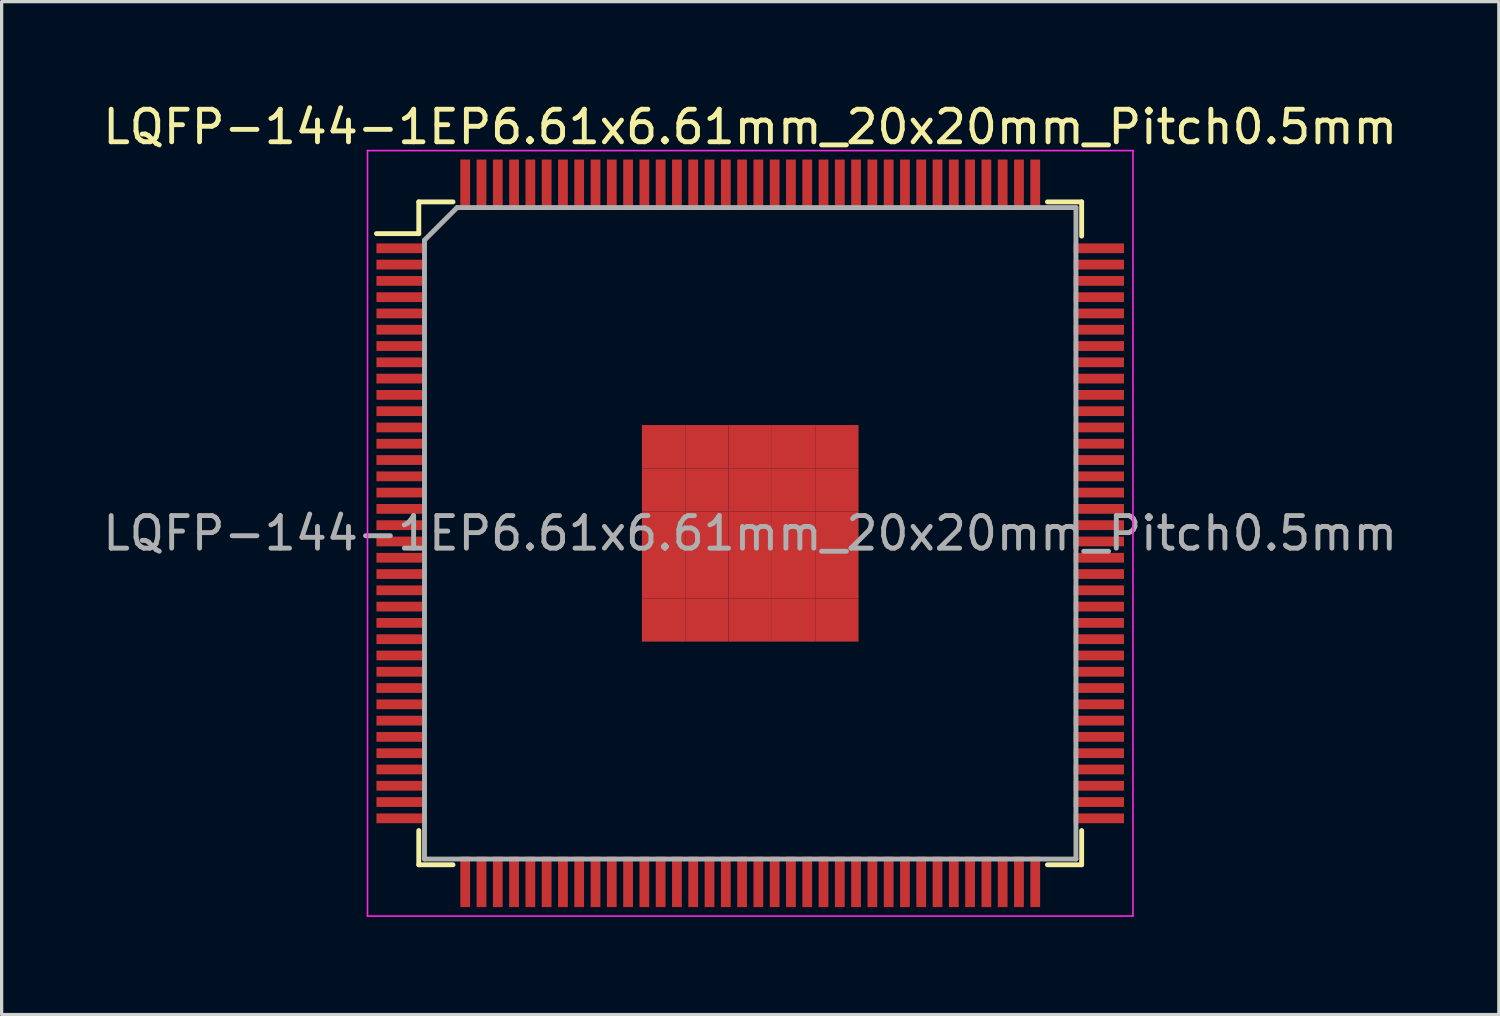
<source format=kicad_pcb>
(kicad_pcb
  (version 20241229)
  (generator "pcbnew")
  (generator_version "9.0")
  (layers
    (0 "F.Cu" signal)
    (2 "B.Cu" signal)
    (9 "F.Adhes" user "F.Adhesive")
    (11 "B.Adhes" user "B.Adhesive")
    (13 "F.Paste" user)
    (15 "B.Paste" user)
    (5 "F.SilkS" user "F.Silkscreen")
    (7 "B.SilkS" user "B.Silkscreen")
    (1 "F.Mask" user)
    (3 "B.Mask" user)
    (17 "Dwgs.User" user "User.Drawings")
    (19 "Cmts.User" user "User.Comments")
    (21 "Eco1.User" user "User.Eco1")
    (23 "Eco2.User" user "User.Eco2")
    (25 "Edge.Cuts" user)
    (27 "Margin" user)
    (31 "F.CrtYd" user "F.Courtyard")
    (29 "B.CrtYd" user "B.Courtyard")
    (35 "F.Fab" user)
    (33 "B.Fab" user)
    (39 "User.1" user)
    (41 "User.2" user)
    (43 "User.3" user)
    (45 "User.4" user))
  (footprint "LQFP-144-1EP6.61x6.61mm_20x20mm_Pitch0.5mm"
    (layer "F.Cu")
    (at 19.982 13.323)
    (property "Reference" "LQFP-144-1EP6.61x6.61mm_20x20mm_Pitch0.5mm" (at 0 -12.475 0) (layer "F.SilkS") (effects (font (size 1 1) (thickness 0.15))))
    (attr smd)
    (fp_line (start -10.175 -10.175) (end -10.175 -9.2) (stroke (width 0.15) (type solid)) (layer "F.SilkS"))
    (fp_line (start -10.175 -10.175) (end -9.125 -10.175) (stroke (width 0.15) (type solid)) (layer "F.SilkS"))
    (fp_line (start -10.175 -9.2) (end -11.475 -9.2) (stroke (width 0.15) (type solid)) (layer "F.SilkS"))
    (fp_line (start -10.175 10.175) (end -10.175 9.125) (stroke (width 0.15) (type solid)) (layer "F.SilkS"))
    (fp_line (start -10.175 10.175) (end -9.125 10.175) (stroke (width 0.15) (type solid)) (layer "F.SilkS"))
    (fp_line (start 10.175 -10.175) (end 9.125 -10.175) (stroke (width 0.15) (type solid)) (layer "F.SilkS"))
    (fp_line (start 10.175 -10.175) (end 10.175 -9.125) (stroke (width 0.15) (type solid)) (layer "F.SilkS"))
    (fp_line (start 10.175 10.175) (end 9.125 10.175) (stroke (width 0.15) (type solid)) (layer "F.SilkS"))
    (fp_line (start 10.175 10.175) (end 10.175 9.125) (stroke (width 0.15) (type solid)) (layer "F.SilkS"))
    (fp_line (start -11.75 -11.75) (end -11.75 11.75) (stroke (width 0.05) (type solid)) (layer "F.CrtYd"))
    (fp_line (start -11.75 -11.75) (end 11.75 -11.75) (stroke (width 0.05) (type solid)) (layer "F.CrtYd"))
    (fp_line (start -11.75 11.75) (end 11.75 11.75) (stroke (width 0.05) (type solid)) (layer "F.CrtYd"))
    (fp_line (start 11.75 -11.75) (end 11.75 11.75) (stroke (width 0.05) (type solid)) (layer "F.CrtYd"))
    (fp_line (start -10 -9) (end -9 -10) (stroke (width 0.15) (type solid)) (layer "F.Fab"))
    (fp_line (start -10 10) (end -10 -9) (stroke (width 0.15) (type solid)) (layer "F.Fab"))
    (fp_line (start -9 -10) (end 10 -10) (stroke (width 0.15) (type solid)) (layer "F.Fab"))
    (fp_line (start 10 -10) (end 10 10) (stroke (width 0.15) (type solid)) (layer "F.Fab"))
    (fp_line (start 10 10) (end -10 10) (stroke (width 0.15) (type solid)) (layer "F.Fab"))
    (fp_text user "${REFERENCE}" (at 0 0 0) (layer "F.Fab") (effects (font (size 1 1) (thickness 0.15))))
    (pad "1" smd rect (at -10.7 -8.75) (size 1.55 0.3) (layers "F.Cu" "F.Mask" "F.Paste"))
    (pad "2" smd rect (at -10.7 -8.25) (size 1.55 0.3) (layers "F.Cu" "F.Mask" "F.Paste"))
    (pad "3" smd rect (at -10.7 -7.75) (size 1.55 0.3) (layers "F.Cu" "F.Mask" "F.Paste"))
    (pad "4" smd rect (at -10.7 -7.25) (size 1.55 0.3) (layers "F.Cu" "F.Mask" "F.Paste"))
    (pad "5" smd rect (at -10.7 -6.75) (size 1.55 0.3) (layers "F.Cu" "F.Mask" "F.Paste"))
    (pad "6" smd rect (at -10.7 -6.25) (size 1.55 0.3) (layers "F.Cu" "F.Mask" "F.Paste"))
    (pad "7" smd rect (at -10.7 -5.75) (size 1.55 0.3) (layers "F.Cu" "F.Mask" "F.Paste"))
    (pad "8" smd rect (at -10.7 -5.25) (size 1.55 0.3) (layers "F.Cu" "F.Mask" "F.Paste"))
    (pad "9" smd rect (at -10.7 -4.75) (size 1.55 0.3) (layers "F.Cu" "F.Mask" "F.Paste"))
    (pad "10" smd rect (at -10.7 -4.25) (size 1.55 0.3) (layers "F.Cu" "F.Mask" "F.Paste"))
    (pad "11" smd rect (at -10.7 -3.75) (size 1.55 0.3) (layers "F.Cu" "F.Mask" "F.Paste"))
    (pad "12" smd rect (at -10.7 -3.25) (size 1.55 0.3) (layers "F.Cu" "F.Mask" "F.Paste"))
    (pad "13" smd rect (at -10.7 -2.75) (size 1.55 0.3) (layers "F.Cu" "F.Mask" "F.Paste"))
    (pad "14" smd rect (at -10.7 -2.25) (size 1.55 0.3) (layers "F.Cu" "F.Mask" "F.Paste"))
    (pad "15" smd rect (at -10.7 -1.75) (size 1.55 0.3) (layers "F.Cu" "F.Mask" "F.Paste"))
    (pad "16" smd rect (at -10.7 -1.25) (size 1.55 0.3) (layers "F.Cu" "F.Mask" "F.Paste"))
    (pad "17" smd rect (at -10.7 -0.75) (size 1.55 0.3) (layers "F.Cu" "F.Mask" "F.Paste"))
    (pad "18" smd rect (at -10.7 -0.25) (size 1.55 0.3) (layers "F.Cu" "F.Mask" "F.Paste"))
    (pad "19" smd rect (at -10.7 0.25) (size 1.55 0.3) (layers "F.Cu" "F.Mask" "F.Paste"))
    (pad "20" smd rect (at -10.7 0.75) (size 1.55 0.3) (layers "F.Cu" "F.Mask" "F.Paste"))
    (pad "21" smd rect (at -10.7 1.25) (size 1.55 0.3) (layers "F.Cu" "F.Mask" "F.Paste"))
    (pad "22" smd rect (at -10.7 1.75) (size 1.55 0.3) (layers "F.Cu" "F.Mask" "F.Paste"))
    (pad "23" smd rect (at -10.7 2.25) (size 1.55 0.3) (layers "F.Cu" "F.Mask" "F.Paste"))
    (pad "24" smd rect (at -10.7 2.75) (size 1.55 0.3) (layers "F.Cu" "F.Mask" "F.Paste"))
    (pad "25" smd rect (at -10.7 3.25) (size 1.55 0.3) (layers "F.Cu" "F.Mask" "F.Paste"))
    (pad "26" smd rect (at -10.7 3.75) (size 1.55 0.3) (layers "F.Cu" "F.Mask" "F.Paste"))
    (pad "27" smd rect (at -10.7 4.25) (size 1.55 0.3) (layers "F.Cu" "F.Mask" "F.Paste"))
    (pad "28" smd rect (at -10.7 4.75) (size 1.55 0.3) (layers "F.Cu" "F.Mask" "F.Paste"))
    (pad "29" smd rect (at -10.7 5.25) (size 1.55 0.3) (layers "F.Cu" "F.Mask" "F.Paste"))
    (pad "30" smd rect (at -10.7 5.75) (size 1.55 0.3) (layers "F.Cu" "F.Mask" "F.Paste"))
    (pad "31" smd rect (at -10.7 6.25) (size 1.55 0.3) (layers "F.Cu" "F.Mask" "F.Paste"))
    (pad "32" smd rect (at -10.7 6.75) (size 1.55 0.3) (layers "F.Cu" "F.Mask" "F.Paste"))
    (pad "33" smd rect (at -10.7 7.25) (size 1.55 0.3) (layers "F.Cu" "F.Mask" "F.Paste"))
    (pad "34" smd rect (at -10.7 7.75) (size 1.55 0.3) (layers "F.Cu" "F.Mask" "F.Paste"))
    (pad "35" smd rect (at -10.7 8.25) (size 1.55 0.3) (layers "F.Cu" "F.Mask" "F.Paste"))
    (pad "36" smd rect (at -10.7 8.75) (size 1.55 0.3) (layers "F.Cu" "F.Mask" "F.Paste"))
    (pad "37" smd rect (at -8.75 10.7 90) (size 1.55 0.3) (layers "F.Cu" "F.Mask" "F.Paste"))
    (pad "38" smd rect (at -8.25 10.7 90) (size 1.55 0.3) (layers "F.Cu" "F.Mask" "F.Paste"))
    (pad "39" smd rect (at -7.75 10.7 90) (size 1.55 0.3) (layers "F.Cu" "F.Mask" "F.Paste"))
    (pad "40" smd rect (at -7.25 10.7 90) (size 1.55 0.3) (layers "F.Cu" "F.Mask" "F.Paste"))
    (pad "41" smd rect (at -6.75 10.7 90) (size 1.55 0.3) (layers "F.Cu" "F.Mask" "F.Paste"))
    (pad "42" smd rect (at -6.25 10.7 90) (size 1.55 0.3) (layers "F.Cu" "F.Mask" "F.Paste"))
    (pad "43" smd rect (at -5.75 10.7 90) (size 1.55 0.3) (layers "F.Cu" "F.Mask" "F.Paste"))
    (pad "44" smd rect (at -5.25 10.7 90) (size 1.55 0.3) (layers "F.Cu" "F.Mask" "F.Paste"))
    (pad "45" smd rect (at -4.75 10.7 90) (size 1.55 0.3) (layers "F.Cu" "F.Mask" "F.Paste"))
    (pad "46" smd rect (at -4.25 10.7 90) (size 1.55 0.3) (layers "F.Cu" "F.Mask" "F.Paste"))
    (pad "47" smd rect (at -3.75 10.7 90) (size 1.55 0.3) (layers "F.Cu" "F.Mask" "F.Paste"))
    (pad "48" smd rect (at -3.25 10.7 90) (size 1.55 0.3) (layers "F.Cu" "F.Mask" "F.Paste"))
    (pad "49" smd rect (at -2.75 10.7 90) (size 1.55 0.3) (layers "F.Cu" "F.Mask" "F.Paste"))
    (pad "50" smd rect (at -2.25 10.7 90) (size 1.55 0.3) (layers "F.Cu" "F.Mask" "F.Paste"))
    (pad "51" smd rect (at -1.75 10.7 90) (size 1.55 0.3) (layers "F.Cu" "F.Mask" "F.Paste"))
    (pad "52" smd rect (at -1.25 10.7 90) (size 1.55 0.3) (layers "F.Cu" "F.Mask" "F.Paste"))
    (pad "53" smd rect (at -0.75 10.7 90) (size 1.55 0.3) (layers "F.Cu" "F.Mask" "F.Paste"))
    (pad "54" smd rect (at -0.25 10.7 90) (size 1.55 0.3) (layers "F.Cu" "F.Mask" "F.Paste"))
    (pad "55" smd rect (at 0.25 10.7 90) (size 1.55 0.3) (layers "F.Cu" "F.Mask" "F.Paste"))
    (pad "56" smd rect (at 0.75 10.7 90) (size 1.55 0.3) (layers "F.Cu" "F.Mask" "F.Paste"))
    (pad "57" smd rect (at 1.25 10.7 90) (size 1.55 0.3) (layers "F.Cu" "F.Mask" "F.Paste"))
    (pad "58" smd rect (at 1.75 10.7 90) (size 1.55 0.3) (layers "F.Cu" "F.Mask" "F.Paste"))
    (pad "59" smd rect (at 2.25 10.7 90) (size 1.55 0.3) (layers "F.Cu" "F.Mask" "F.Paste"))
    (pad "60" smd rect (at 2.75 10.7 90) (size 1.55 0.3) (layers "F.Cu" "F.Mask" "F.Paste"))
    (pad "61" smd rect (at 3.25 10.7 90) (size 1.55 0.3) (layers "F.Cu" "F.Mask" "F.Paste"))
    (pad "62" smd rect (at 3.75 10.7 90) (size 1.55 0.3) (layers "F.Cu" "F.Mask" "F.Paste"))
    (pad "63" smd rect (at 4.25 10.7 90) (size 1.55 0.3) (layers "F.Cu" "F.Mask" "F.Paste"))
    (pad "64" smd rect (at 4.75 10.7 90) (size 1.55 0.3) (layers "F.Cu" "F.Mask" "F.Paste"))
    (pad "65" smd rect (at 5.25 10.7 90) (size 1.55 0.3) (layers "F.Cu" "F.Mask" "F.Paste"))
    (pad "66" smd rect (at 5.75 10.7 90) (size 1.55 0.3) (layers "F.Cu" "F.Mask" "F.Paste"))
    (pad "67" smd rect (at 6.25 10.7 90) (size 1.55 0.3) (layers "F.Cu" "F.Mask" "F.Paste"))
    (pad "68" smd rect (at 6.75 10.7 90) (size 1.55 0.3) (layers "F.Cu" "F.Mask" "F.Paste"))
    (pad "69" smd rect (at 7.25 10.7 90) (size 1.55 0.3) (layers "F.Cu" "F.Mask" "F.Paste"))
    (pad "70" smd rect (at 7.75 10.7 90) (size 1.55 0.3) (layers "F.Cu" "F.Mask" "F.Paste"))
    (pad "71" smd rect (at 8.25 10.7 90) (size 1.55 0.3) (layers "F.Cu" "F.Mask" "F.Paste"))
    (pad "72" smd rect (at 8.75 10.7 90) (size 1.55 0.3) (layers "F.Cu" "F.Mask" "F.Paste"))
    (pad "73" smd rect (at 10.7 8.75) (size 1.55 0.3) (layers "F.Cu" "F.Mask" "F.Paste"))
    (pad "74" smd rect (at 10.7 8.25) (size 1.55 0.3) (layers "F.Cu" "F.Mask" "F.Paste"))
    (pad "75" smd rect (at 10.7 7.75) (size 1.55 0.3) (layers "F.Cu" "F.Mask" "F.Paste"))
    (pad "76" smd rect (at 10.7 7.25) (size 1.55 0.3) (layers "F.Cu" "F.Mask" "F.Paste"))
    (pad "77" smd rect (at 10.7 6.75) (size 1.55 0.3) (layers "F.Cu" "F.Mask" "F.Paste"))
    (pad "78" smd rect (at 10.7 6.25) (size 1.55 0.3) (layers "F.Cu" "F.Mask" "F.Paste"))
    (pad "79" smd rect (at 10.7 5.75) (size 1.55 0.3) (layers "F.Cu" "F.Mask" "F.Paste"))
    (pad "80" smd rect (at 10.7 5.25) (size 1.55 0.3) (layers "F.Cu" "F.Mask" "F.Paste"))
    (pad "81" smd rect (at 10.7 4.75) (size 1.55 0.3) (layers "F.Cu" "F.Mask" "F.Paste"))
    (pad "82" smd rect (at 10.7 4.25) (size 1.55 0.3) (layers "F.Cu" "F.Mask" "F.Paste"))
    (pad "83" smd rect (at 10.7 3.75) (size 1.55 0.3) (layers "F.Cu" "F.Mask" "F.Paste"))
    (pad "84" smd rect (at 10.7 3.25) (size 1.55 0.3) (layers "F.Cu" "F.Mask" "F.Paste"))
    (pad "85" smd rect (at 10.7 2.75) (size 1.55 0.3) (layers "F.Cu" "F.Mask" "F.Paste"))
    (pad "86" smd rect (at 10.7 2.25) (size 1.55 0.3) (layers "F.Cu" "F.Mask" "F.Paste"))
    (pad "87" smd rect (at 10.7 1.75) (size 1.55 0.3) (layers "F.Cu" "F.Mask" "F.Paste"))
    (pad "88" smd rect (at 10.7 1.25) (size 1.55 0.3) (layers "F.Cu" "F.Mask" "F.Paste"))
    (pad "89" smd rect (at 10.7 0.75) (size 1.55 0.3) (layers "F.Cu" "F.Mask" "F.Paste"))
    (pad "90" smd rect (at 10.7 0.25) (size 1.55 0.3) (layers "F.Cu" "F.Mask" "F.Paste"))
    (pad "91" smd rect (at 10.7 -0.25) (size 1.55 0.3) (layers "F.Cu" "F.Mask" "F.Paste"))
    (pad "92" smd rect (at 10.7 -0.75) (size 1.55 0.3) (layers "F.Cu" "F.Mask" "F.Paste"))
    (pad "93" smd rect (at 10.7 -1.25) (size 1.55 0.3) (layers "F.Cu" "F.Mask" "F.Paste"))
    (pad "94" smd rect (at 10.7 -1.75) (size 1.55 0.3) (layers "F.Cu" "F.Mask" "F.Paste"))
    (pad "95" smd rect (at 10.7 -2.25) (size 1.55 0.3) (layers "F.Cu" "F.Mask" "F.Paste"))
    (pad "96" smd rect (at 10.7 -2.75) (size 1.55 0.3) (layers "F.Cu" "F.Mask" "F.Paste"))
    (pad "97" smd rect (at 10.7 -3.25) (size 1.55 0.3) (layers "F.Cu" "F.Mask" "F.Paste"))
    (pad "98" smd rect (at 10.7 -3.75) (size 1.55 0.3) (layers "F.Cu" "F.Mask" "F.Paste"))
    (pad "99" smd rect (at 10.7 -4.25) (size 1.55 0.3) (layers "F.Cu" "F.Mask" "F.Paste"))
    (pad "100" smd rect (at 10.7 -4.75) (size 1.55 0.3) (layers "F.Cu" "F.Mask" "F.Paste"))
    (pad "101" smd rect (at 10.7 -5.25) (size 1.55 0.3) (layers "F.Cu" "F.Mask" "F.Paste"))
    (pad "102" smd rect (at 10.7 -5.75) (size 1.55 0.3) (layers "F.Cu" "F.Mask" "F.Paste"))
    (pad "103" smd rect (at 10.7 -6.25) (size 1.55 0.3) (layers "F.Cu" "F.Mask" "F.Paste"))
    (pad "104" smd rect (at 10.7 -6.75) (size 1.55 0.3) (layers "F.Cu" "F.Mask" "F.Paste"))
    (pad "105" smd rect (at 10.7 -7.25) (size 1.55 0.3) (layers "F.Cu" "F.Mask" "F.Paste"))
    (pad "106" smd rect (at 10.7 -7.75) (size 1.55 0.3) (layers "F.Cu" "F.Mask" "F.Paste"))
    (pad "107" smd rect (at 10.7 -8.25) (size 1.55 0.3) (layers "F.Cu" "F.Mask" "F.Paste"))
    (pad "108" smd rect (at 10.7 -8.75) (size 1.55 0.3) (layers "F.Cu" "F.Mask" "F.Paste"))
    (pad "109" smd rect (at 8.75 -10.7 90) (size 1.55 0.3) (layers "F.Cu" "F.Mask" "F.Paste"))
    (pad "110" smd rect (at 8.25 -10.7 90) (size 1.55 0.3) (layers "F.Cu" "F.Mask" "F.Paste"))
    (pad "111" smd rect (at 7.75 -10.7 90) (size 1.55 0.3) (layers "F.Cu" "F.Mask" "F.Paste"))
    (pad "112" smd rect (at 7.25 -10.7 90) (size 1.55 0.3) (layers "F.Cu" "F.Mask" "F.Paste"))
    (pad "113" smd rect (at 6.75 -10.7 90) (size 1.55 0.3) (layers "F.Cu" "F.Mask" "F.Paste"))
    (pad "114" smd rect (at 6.25 -10.7 90) (size 1.55 0.3) (layers "F.Cu" "F.Mask" "F.Paste"))
    (pad "115" smd rect (at 5.75 -10.7 90) (size 1.55 0.3) (layers "F.Cu" "F.Mask" "F.Paste"))
    (pad "116" smd rect (at 5.25 -10.7 90) (size 1.55 0.3) (layers "F.Cu" "F.Mask" "F.Paste"))
    (pad "117" smd rect (at 4.75 -10.7 90) (size 1.55 0.3) (layers "F.Cu" "F.Mask" "F.Paste"))
    (pad "118" smd rect (at 4.25 -10.7 90) (size 1.55 0.3) (layers "F.Cu" "F.Mask" "F.Paste"))
    (pad "119" smd rect (at 3.75 -10.7 90) (size 1.55 0.3) (layers "F.Cu" "F.Mask" "F.Paste"))
    (pad "120" smd rect (at 3.25 -10.7 90) (size 1.55 0.3) (layers "F.Cu" "F.Mask" "F.Paste"))
    (pad "121" smd rect (at 2.75 -10.7 90) (size 1.55 0.3) (layers "F.Cu" "F.Mask" "F.Paste"))
    (pad "122" smd rect (at 2.25 -10.7 90) (size 1.55 0.3) (layers "F.Cu" "F.Mask" "F.Paste"))
    (pad "123" smd rect (at 1.75 -10.7 90) (size 1.55 0.3) (layers "F.Cu" "F.Mask" "F.Paste"))
    (pad "124" smd rect (at 1.25 -10.7 90) (size 1.55 0.3) (layers "F.Cu" "F.Mask" "F.Paste"))
    (pad "125" smd rect (at 0.75 -10.7 90) (size 1.55 0.3) (layers "F.Cu" "F.Mask" "F.Paste"))
    (pad "126" smd rect (at 0.25 -10.7 90) (size 1.55 0.3) (layers "F.Cu" "F.Mask" "F.Paste"))
    (pad "127" smd rect (at -0.25 -10.7 90) (size 1.55 0.3) (layers "F.Cu" "F.Mask" "F.Paste"))
    (pad "128" smd rect (at -0.75 -10.7 90) (size 1.55 0.3) (layers "F.Cu" "F.Mask" "F.Paste"))
    (pad "129" smd rect (at -1.25 -10.7 90) (size 1.55 0.3) (layers "F.Cu" "F.Mask" "F.Paste"))
    (pad "130" smd rect (at -1.75 -10.7 90) (size 1.55 0.3) (layers "F.Cu" "F.Mask" "F.Paste"))
    (pad "131" smd rect (at -2.25 -10.7 90) (size 1.55 0.3) (layers "F.Cu" "F.Mask" "F.Paste"))
    (pad "132" smd rect (at -2.75 -10.7 90) (size 1.55 0.3) (layers "F.Cu" "F.Mask" "F.Paste"))
    (pad "133" smd rect (at -3.25 -10.7 90) (size 1.55 0.3) (layers "F.Cu" "F.Mask" "F.Paste"))
    (pad "134" smd rect (at -3.75 -10.7 90) (size 1.55 0.3) (layers "F.Cu" "F.Mask" "F.Paste"))
    (pad "135" smd rect (at -4.25 -10.7 90) (size 1.55 0.3) (layers "F.Cu" "F.Mask" "F.Paste"))
    (pad "136" smd rect (at -4.75 -10.7 90) (size 1.55 0.3) (layers "F.Cu" "F.Mask" "F.Paste"))
    (pad "137" smd rect (at -5.25 -10.7 90) (size 1.55 0.3) (layers "F.Cu" "F.Mask" "F.Paste"))
    (pad "138" smd rect (at -5.75 -10.7 90) (size 1.55 0.3) (layers "F.Cu" "F.Mask" "F.Paste"))
    (pad "139" smd rect (at -6.25 -10.7 90) (size 1.55 0.3) (layers "F.Cu" "F.Mask" "F.Paste"))
    (pad "140" smd rect (at -6.75 -10.7 90) (size 1.55 0.3) (layers "F.Cu" "F.Mask" "F.Paste"))
    (pad "141" smd rect (at -7.25 -10.7 90) (size 1.55 0.3) (layers "F.Cu" "F.Mask" "F.Paste"))
    (pad "142" smd rect (at -7.75 -10.7 90) (size 1.55 0.3) (layers "F.Cu" "F.Mask" "F.Paste"))
    (pad "143" smd rect (at -8.25 -10.7 90) (size 1.55 0.3) (layers "F.Cu" "F.Mask" "F.Paste"))
    (pad "144" smd rect (at -8.75 -10.7 90) (size 1.55 0.3) (layers "F.Cu" "F.Mask" "F.Paste"))
    (pad "145" smd rect (at -2.66 -2.66) (size 1.33 1.33) (layers "F.Cu" "F.Mask" "F.Paste"))
    (pad "145" smd rect (at -2.66 -1.33) (size 1.33 1.33) (layers "F.Cu" "F.Mask" "F.Paste"))
    (pad "145" smd rect (at -2.66 0) (size 1.33 1.33) (layers "F.Cu" "F.Mask" "F.Paste"))
    (pad "145" smd rect (at -2.66 1.33) (size 1.33 1.33) (layers "F.Cu" "F.Mask" "F.Paste"))
    (pad "145" smd rect (at -2.66 2.66) (size 1.33 1.33) (layers "F.Cu" "F.Mask" "F.Paste"))
    (pad "145" smd rect (at -1.33 -2.66) (size 1.33 1.33) (layers "F.Cu" "F.Mask" "F.Paste"))
    (pad "145" smd rect (at -1.33 -1.33) (size 1.33 1.33) (layers "F.Cu" "F.Mask" "F.Paste"))
    (pad "145" smd rect (at -1.33 0) (size 1.33 1.33) (layers "F.Cu" "F.Mask" "F.Paste"))
    (pad "145" smd rect (at -1.33 1.33) (size 1.33 1.33) (layers "F.Cu" "F.Mask" "F.Paste"))
    (pad "145" smd rect (at -1.33 2.66) (size 1.33 1.33) (layers "F.Cu" "F.Mask" "F.Paste"))
    (pad "145" smd rect (at 0 -2.66) (size 1.33 1.33) (layers "F.Cu" "F.Mask" "F.Paste"))
    (pad "145" smd rect (at 0 -1.33) (size 1.33 1.33) (layers "F.Cu" "F.Mask" "F.Paste"))
    (pad "145" smd rect (at 0 0) (size 1.33 1.33) (layers "F.Cu" "F.Mask" "F.Paste"))
    (pad "145" smd rect (at 0 1.33) (size 1.33 1.33) (layers "F.Cu" "F.Mask" "F.Paste"))
    (pad "145" smd rect (at 0 2.66) (size 1.33 1.33) (layers "F.Cu" "F.Mask" "F.Paste"))
    (pad "145" smd rect (at 1.33 -2.66) (size 1.33 1.33) (layers "F.Cu" "F.Mask" "F.Paste"))
    (pad "145" smd rect (at 1.33 -1.33) (size 1.33 1.33) (layers "F.Cu" "F.Mask" "F.Paste"))
    (pad "145" smd rect (at 1.33 0) (size 1.33 1.33) (layers "F.Cu" "F.Mask" "F.Paste"))
    (pad "145" smd rect (at 1.33 1.33) (size 1.33 1.33) (layers "F.Cu" "F.Mask" "F.Paste"))
    (pad "145" smd rect (at 1.33 2.66) (size 1.33 1.33) (layers "F.Cu" "F.Mask" "F.Paste"))
    (pad "145" smd rect (at 2.66 -2.66) (size 1.33 1.33) (layers "F.Cu" "F.Mask" "F.Paste"))
    (pad "145" smd rect (at 2.66 -1.33) (size 1.33 1.33) (layers "F.Cu" "F.Mask" "F.Paste"))
    (pad "145" smd rect (at 2.66 0) (size 1.33 1.33) (layers "F.Cu" "F.Mask" "F.Paste"))
    (pad "145" smd rect (at 2.66 1.33) (size 1.33 1.33) (layers "F.Cu" "F.Mask" "F.Paste"))
    (pad "145" smd rect (at 2.66 2.66) (size 1.33 1.33) (layers "F.Cu" "F.Mask" "F.Paste")))
  (gr_rect
    (start -3 -3)
    (end 42.964 28.098)
    (stroke (width 0.1) (type default))
    (fill no)
    (layer "Edge.Cuts")))
</source>
